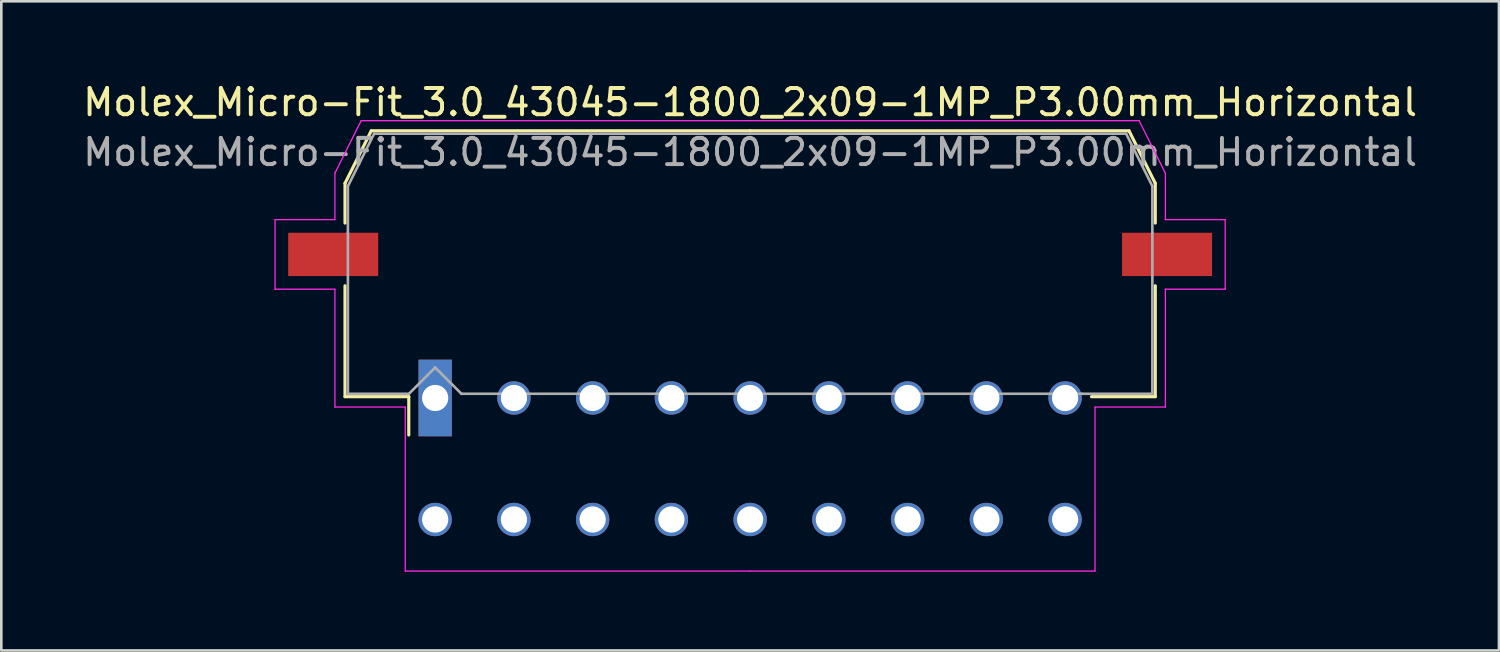
<source format=kicad_pcb>
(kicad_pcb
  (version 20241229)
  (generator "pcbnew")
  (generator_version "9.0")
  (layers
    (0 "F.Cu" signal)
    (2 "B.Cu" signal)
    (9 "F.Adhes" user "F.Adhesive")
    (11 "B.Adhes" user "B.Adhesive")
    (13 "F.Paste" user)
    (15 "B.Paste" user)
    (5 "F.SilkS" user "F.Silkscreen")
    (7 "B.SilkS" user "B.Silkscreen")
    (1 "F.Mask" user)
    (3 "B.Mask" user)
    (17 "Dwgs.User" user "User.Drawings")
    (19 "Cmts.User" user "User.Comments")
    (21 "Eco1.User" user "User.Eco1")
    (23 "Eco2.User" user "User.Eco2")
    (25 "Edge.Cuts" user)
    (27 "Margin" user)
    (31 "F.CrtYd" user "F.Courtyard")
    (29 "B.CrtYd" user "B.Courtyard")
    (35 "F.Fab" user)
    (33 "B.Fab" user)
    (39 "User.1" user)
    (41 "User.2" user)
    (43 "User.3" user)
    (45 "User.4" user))
  (footprint "Molex_Micro-Fit_3.0_43045-1800_2x09-1MP_P3.00mm_Horizontal"
    (layer "F.Cu")
    (at 25.53 14.428)
    (property "Reference" "Molex_Micro-Fit_3.0_43045-1800_2x09-1MP_P3.00mm_Horizontal" (at 0 -13.58 0) (layer "F.SilkS") (effects (font (size 1 1) (thickness 0.15))))
    (attr through_hole)
    (fp_line (start -15.435 -10.495) (end -15.435 -8.98) (stroke (width 0.12) (type solid)) (layer "F.SilkS"))
    (fp_line (start -15.435 -6.59) (end -15.435 -2.365) (stroke (width 0.12) (type solid)) (layer "F.SilkS"))
    (fp_line (start -15.435 -2.365) (end -13.005 -2.365) (stroke (width 0.12) (type solid)) (layer "F.SilkS"))
    (fp_line (start -14.435 -12.495) (end -15.435 -10.495) (stroke (width 0.12) (type solid)) (layer "F.SilkS"))
    (fp_line (start -13.005 -2.365) (end -13.005 -0.905) (stroke (width 0.12) (type solid)) (layer "F.SilkS"))
    (fp_line (start 0 -12.495) (end -14.435 -12.495) (stroke (width 0.12) (type solid)) (layer "F.SilkS"))
    (fp_line (start 0 -12.495) (end 14.435 -12.495) (stroke (width 0.12) (type solid)) (layer "F.SilkS"))
    (fp_line (start 14.435 -12.495) (end 15.435 -10.495) (stroke (width 0.12) (type solid)) (layer "F.SilkS"))
    (fp_line (start 15.435 -10.495) (end 15.435 -8.98) (stroke (width 0.12) (type solid)) (layer "F.SilkS"))
    (fp_line (start 15.435 -6.59) (end 15.435 -2.365) (stroke (width 0.12) (type solid)) (layer "F.SilkS"))
    (fp_line (start 15.435 -2.365) (end 13.005 -2.365) (stroke (width 0.12) (type solid)) (layer "F.SilkS"))
    (fp_line (start -18.1 -9.11) (end -18.1 -6.46) (stroke (width 0.05) (type solid)) (layer "F.CrtYd"))
    (fp_line (start -18.1 -6.46) (end -15.82 -6.46) (stroke (width 0.05) (type solid)) (layer "F.CrtYd"))
    (fp_line (start -15.82 -10.88) (end -15.82 -9.11) (stroke (width 0.05) (type solid)) (layer "F.CrtYd"))
    (fp_line (start -15.82 -9.11) (end -18.1 -9.11) (stroke (width 0.05) (type solid)) (layer "F.CrtYd"))
    (fp_line (start -15.82 -6.46) (end -15.82 -1.97) (stroke (width 0.05) (type solid)) (layer "F.CrtYd"))
    (fp_line (start -15.82 -1.97) (end -13.14 -1.97) (stroke (width 0.05) (type solid)) (layer "F.CrtYd"))
    (fp_line (start -14.82 -12.88) (end -15.82 -10.88) (stroke (width 0.05) (type solid)) (layer "F.CrtYd"))
    (fp_line (start -13.14 -1.97) (end -13.14 4.28) (stroke (width 0.05) (type solid)) (layer "F.CrtYd"))
    (fp_line (start -13.14 4.28) (end 0 4.28) (stroke (width 0.05) (type solid)) (layer "F.CrtYd"))
    (fp_line (start 0 -12.88) (end -14.82 -12.88) (stroke (width 0.05) (type solid)) (layer "F.CrtYd"))
    (fp_line (start 0 -12.88) (end 14.82 -12.88) (stroke (width 0.05) (type solid)) (layer "F.CrtYd"))
    (fp_line (start 13.14 -1.97) (end 13.14 4.28) (stroke (width 0.05) (type solid)) (layer "F.CrtYd"))
    (fp_line (start 13.14 4.28) (end 0 4.28) (stroke (width 0.05) (type solid)) (layer "F.CrtYd"))
    (fp_line (start 14.82 -12.88) (end 15.82 -10.88) (stroke (width 0.05) (type solid)) (layer "F.CrtYd"))
    (fp_line (start 15.82 -10.88) (end 15.82 -9.11) (stroke (width 0.05) (type solid)) (layer "F.CrtYd"))
    (fp_line (start 15.82 -9.11) (end 18.1 -9.11) (stroke (width 0.05) (type solid)) (layer "F.CrtYd"))
    (fp_line (start 15.82 -6.46) (end 15.82 -1.97) (stroke (width 0.05) (type solid)) (layer "F.CrtYd"))
    (fp_line (start 15.82 -1.97) (end 13.14 -1.97) (stroke (width 0.05) (type solid)) (layer "F.CrtYd"))
    (fp_line (start 18.1 -9.11) (end 18.1 -6.46) (stroke (width 0.05) (type solid)) (layer "F.CrtYd"))
    (fp_line (start 18.1 -6.46) (end 15.82 -6.46) (stroke (width 0.05) (type solid)) (layer "F.CrtYd"))
    (fp_line (start -15.325 -10.385) (end -15.325 -8.61) (stroke (width 0.1) (type solid)) (layer "F.Fab"))
    (fp_line (start -15.325 -8.61) (end -15.325 -2.475) (stroke (width 0.1) (type solid)) (layer "F.Fab"))
    (fp_line (start -15.325 -2.475) (end -13 -2.475) (stroke (width 0.1) (type solid)) (layer "F.Fab"))
    (fp_line (start -14.325 -12.385) (end -15.325 -10.385) (stroke (width 0.1) (type solid)) (layer "F.Fab"))
    (fp_line (start -13 -2.475) (end -12 -3.475) (stroke (width 0.1) (type solid)) (layer "F.Fab"))
    (fp_line (start -12 -3.475) (end -11 -2.475) (stroke (width 0.1) (type solid)) (layer "F.Fab"))
    (fp_line (start -11 -2.475) (end 0 -2.475) (stroke (width 0.1) (type solid)) (layer "F.Fab"))
    (fp_line (start 0 -12.385) (end -14.325 -12.385) (stroke (width 0.1) (type solid)) (layer "F.Fab"))
    (fp_line (start 0 -12.385) (end 14.325 -12.385) (stroke (width 0.1) (type solid)) (layer "F.Fab"))
    (fp_line (start 12.635 -2.475) (end 0 -2.475) (stroke (width 0.1) (type solid)) (layer "F.Fab"))
    (fp_line (start 14.325 -12.385) (end 15.325 -10.385) (stroke (width 0.1) (type solid)) (layer "F.Fab"))
    (fp_line (start 15.325 -10.385) (end 15.325 -8.61) (stroke (width 0.1) (type solid)) (layer "F.Fab"))
    (fp_line (start 15.325 -8.61) (end 15.325 -2.475) (stroke (width 0.1) (type solid)) (layer "F.Fab"))
    (fp_line (start 15.325 -2.475) (end 12.635 -2.475) (stroke (width 0.1) (type solid)) (layer "F.Fab"))
    (fp_text user "${REFERENCE}" (at 0 -11.68 0) (layer "F.Fab") (effects (font (size 1 1) (thickness 0.15))))
    (pad "1" thru_hole rect (at -12 -2.315) (size 1.27 2.92) (drill 1) (layers "*.Cu" "*.Mask"))
    (pad "2" thru_hole circle (at -9 -2.315) (size 1.27 1.27) (drill 1) (layers "*.Cu" "*.Mask"))
    (pad "3" thru_hole circle (at -6 -2.315) (size 1.27 1.27) (drill 1) (layers "*.Cu" "*.Mask"))
    (pad "4" thru_hole circle (at -3 -2.315) (size 1.27 1.27) (drill 1) (layers "*.Cu" "*.Mask"))
    (pad "5" thru_hole circle (at 0 -2.315) (size 1.27 1.27) (drill 1) (layers "*.Cu" "*.Mask"))
    (pad "6" thru_hole circle (at 3 -2.315) (size 1.27 1.27) (drill 1) (layers "*.Cu" "*.Mask"))
    (pad "7" thru_hole circle (at 6 -2.315) (size 1.27 1.27) (drill 1) (layers "*.Cu" "*.Mask"))
    (pad "8" thru_hole circle (at 9 -2.315) (size 1.27 1.27) (drill 1) (layers "*.Cu" "*.Mask"))
    (pad "9" thru_hole circle (at 12 -2.315) (size 1.27 1.27) (drill 1) (layers "*.Cu" "*.Mask"))
    (pad "10" thru_hole circle (at -12 2.315) (size 1.27 1.27) (drill 1) (layers "*.Cu" "*.Mask"))
    (pad "11" thru_hole circle (at -9 2.315) (size 1.27 1.27) (drill 1) (layers "*.Cu" "*.Mask"))
    (pad "12" thru_hole circle (at -6 2.315) (size 1.27 1.27) (drill 1) (layers "*.Cu" "*.Mask"))
    (pad "13" thru_hole circle (at -3 2.315) (size 1.27 1.27) (drill 1) (layers "*.Cu" "*.Mask"))
    (pad "14" thru_hole circle (at 0 2.315) (size 1.27 1.27) (drill 1) (layers "*.Cu" "*.Mask"))
    (pad "15" thru_hole circle (at 3 2.315) (size 1.27 1.27) (drill 1) (layers "*.Cu" "*.Mask"))
    (pad "16" thru_hole circle (at 6 2.315) (size 1.27 1.27) (drill 1) (layers "*.Cu" "*.Mask"))
    (pad "17" thru_hole circle (at 9 2.315) (size 1.27 1.27) (drill 1) (layers "*.Cu" "*.Mask"))
    (pad "18" thru_hole circle (at 12 2.315) (size 1.27 1.27) (drill 1) (layers "*.Cu" "*.Mask"))
    (pad "MP" smd rect (at -15.885 -7.785) (size 3.43 1.65) (layers "F.Cu" "F.Mask" "F.Paste"))
    (pad "MP" smd rect (at 15.885 -7.785) (size 3.43 1.65) (layers "F.Cu" "F.Mask" "F.Paste")))
  (gr_rect
    (start -3 -3)
    (end 54.06 21.733)
    (stroke (width 0.1) (type default))
    (fill no)
    (layer "Edge.Cuts")))
</source>
